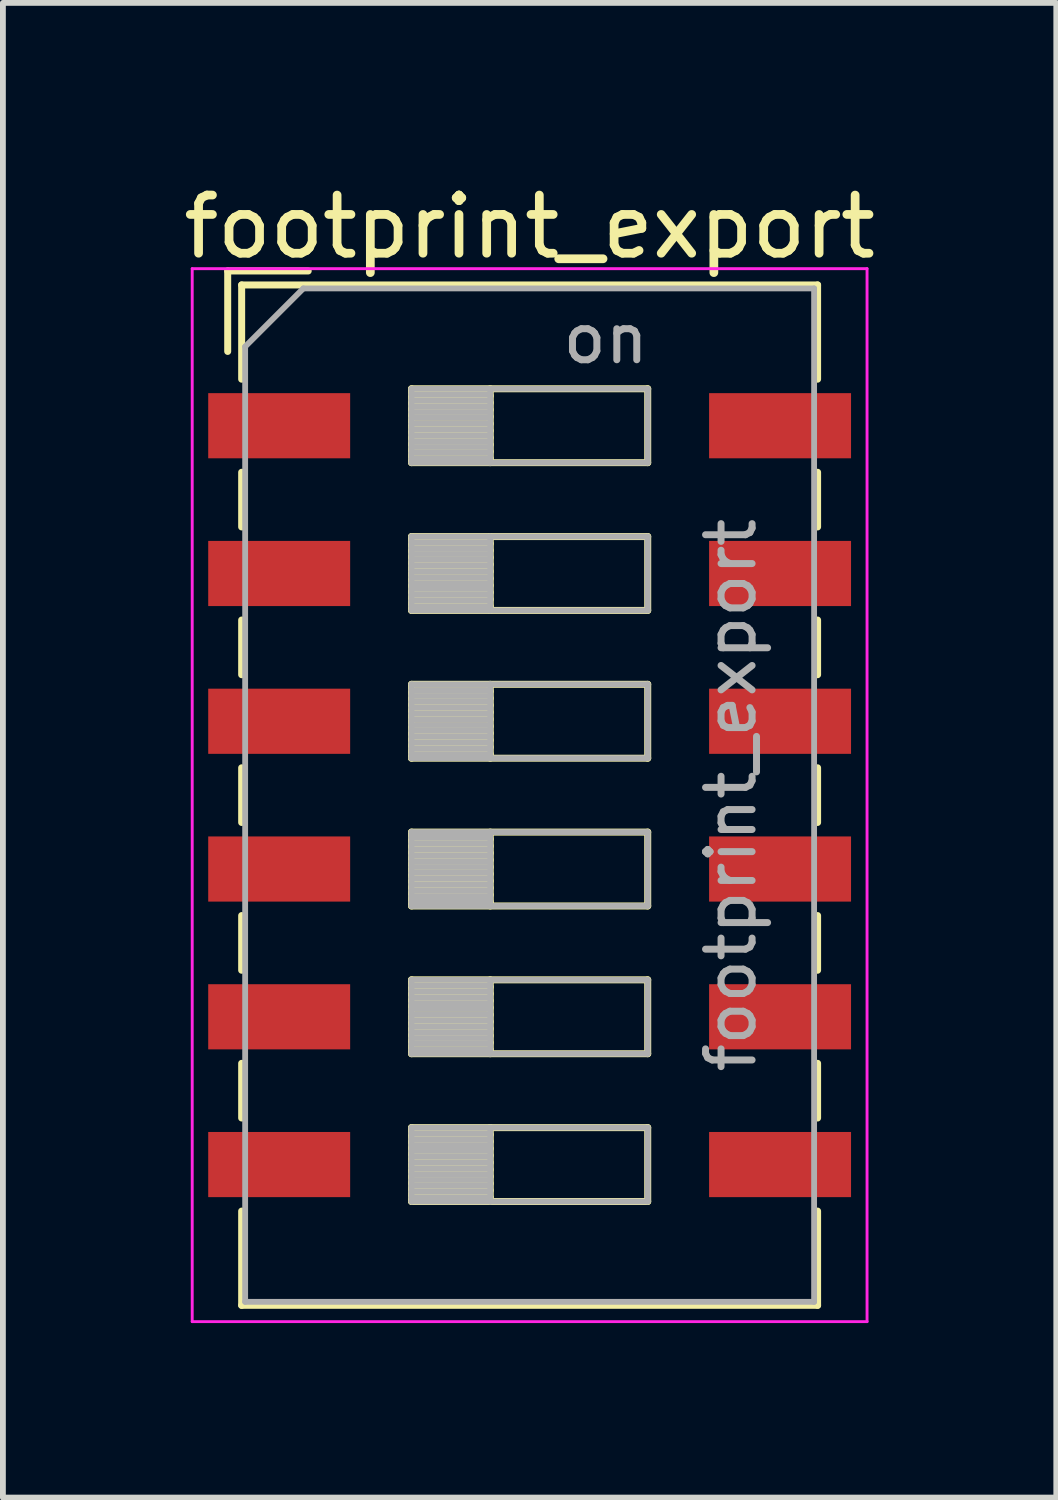
<source format=kicad_pcb>
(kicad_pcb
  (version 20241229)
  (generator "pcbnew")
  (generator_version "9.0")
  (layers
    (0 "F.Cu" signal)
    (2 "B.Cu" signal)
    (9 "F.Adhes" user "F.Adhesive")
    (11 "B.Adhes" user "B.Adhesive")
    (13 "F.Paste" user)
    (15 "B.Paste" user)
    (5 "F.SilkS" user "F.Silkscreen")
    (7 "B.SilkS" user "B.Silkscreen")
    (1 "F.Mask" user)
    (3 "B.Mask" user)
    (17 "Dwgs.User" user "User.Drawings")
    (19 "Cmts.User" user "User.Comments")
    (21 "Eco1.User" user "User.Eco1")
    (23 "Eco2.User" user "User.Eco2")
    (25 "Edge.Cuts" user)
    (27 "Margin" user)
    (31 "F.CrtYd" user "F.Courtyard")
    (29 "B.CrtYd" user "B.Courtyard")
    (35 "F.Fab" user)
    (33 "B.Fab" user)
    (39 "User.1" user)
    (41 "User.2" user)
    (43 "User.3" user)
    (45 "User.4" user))
  (footprint "footprint_export"
    (layer "F.Cu")
    (at 6.054 10.618)
    (property "Reference" "footprint_export" (at 0 -9.77 0) (layer "F.SilkS") (effects (font (size 1 1) (thickness 0.15))))
    (attr smd)
    (fp_line (start -5.19 -9.01) (end -5.19 -7.627) (stroke (width 0.12) (type solid)) (layer "F.SilkS"))
    (fp_line (start -5.19 -9.01) (end -3.806 -9.01) (stroke (width 0.12) (type solid)) (layer "F.SilkS"))
    (fp_line (start -4.95 -8.77) (end -4.95 -7.15) (stroke (width 0.12) (type solid)) (layer "F.SilkS"))
    (fp_line (start -4.95 -8.77) (end 4.95 -8.77) (stroke (width 0.12) (type solid)) (layer "F.SilkS"))
    (fp_line (start -4.95 -5.55) (end -4.95 -4.61) (stroke (width 0.12) (type solid)) (layer "F.SilkS"))
    (fp_line (start -4.95 -3.01) (end -4.95 -2.07) (stroke (width 0.12) (type solid)) (layer "F.SilkS"))
    (fp_line (start -4.95 -0.47) (end -4.95 0.47) (stroke (width 0.12) (type solid)) (layer "F.SilkS"))
    (fp_line (start -4.95 2.07) (end -4.95 3.01) (stroke (width 0.12) (type solid)) (layer "F.SilkS"))
    (fp_line (start -4.95 4.61) (end -4.95 5.55) (stroke (width 0.12) (type solid)) (layer "F.SilkS"))
    (fp_line (start -4.95 7.15) (end -4.95 8.77) (stroke (width 0.12) (type solid)) (layer "F.SilkS"))
    (fp_line (start -4.95 8.77) (end 4.95 8.77) (stroke (width 0.12) (type solid)) (layer "F.SilkS"))
    (fp_line (start -2.03 -6.985) (end -2.03 -5.715) (stroke (width 0.12) (type solid)) (layer "F.SilkS"))
    (fp_line (start -2.03 -6.865) (end -0.677 -6.865) (stroke (width 0.12) (type solid)) (layer "F.SilkS"))
    (fp_line (start -2.03 -6.745) (end -0.677 -6.745) (stroke (width 0.12) (type solid)) (layer "F.SilkS"))
    (fp_line (start -2.03 -6.625) (end -0.677 -6.625) (stroke (width 0.12) (type solid)) (layer "F.SilkS"))
    (fp_line (start -2.03 -6.505) (end -0.677 -6.505) (stroke (width 0.12) (type solid)) (layer "F.SilkS"))
    (fp_line (start -2.03 -6.385) (end -0.677 -6.385) (stroke (width 0.12) (type solid)) (layer "F.SilkS"))
    (fp_line (start -2.03 -6.265) (end -0.677 -6.265) (stroke (width 0.12) (type solid)) (layer "F.SilkS"))
    (fp_line (start -2.03 -6.145) (end -0.677 -6.145) (stroke (width 0.12) (type solid)) (layer "F.SilkS"))
    (fp_line (start -2.03 -6.025) (end -0.677 -6.025) (stroke (width 0.12) (type solid)) (layer "F.SilkS"))
    (fp_line (start -2.03 -5.905) (end -0.677 -5.905) (stroke (width 0.12) (type solid)) (layer "F.SilkS"))
    (fp_line (start -2.03 -5.785) (end -0.677 -5.785) (stroke (width 0.12) (type solid)) (layer "F.SilkS"))
    (fp_line (start -2.03 -5.715) (end 2.03 -5.715) (stroke (width 0.12) (type solid)) (layer "F.SilkS"))
    (fp_line (start -2.03 -4.445) (end -2.03 -3.175) (stroke (width 0.12) (type solid)) (layer "F.SilkS"))
    (fp_line (start -2.03 -4.325) (end -0.677 -4.325) (stroke (width 0.12) (type solid)) (layer "F.SilkS"))
    (fp_line (start -2.03 -4.205) (end -0.677 -4.205) (stroke (width 0.12) (type solid)) (layer "F.SilkS"))
    (fp_line (start -2.03 -4.085) (end -0.677 -4.085) (stroke (width 0.12) (type solid)) (layer "F.SilkS"))
    (fp_line (start -2.03 -3.965) (end -0.677 -3.965) (stroke (width 0.12) (type solid)) (layer "F.SilkS"))
    (fp_line (start -2.03 -3.845) (end -0.677 -3.845) (stroke (width 0.12) (type solid)) (layer "F.SilkS"))
    (fp_line (start -2.03 -3.725) (end -0.677 -3.725) (stroke (width 0.12) (type solid)) (layer "F.SilkS"))
    (fp_line (start -2.03 -3.605) (end -0.677 -3.605) (stroke (width 0.12) (type solid)) (layer "F.SilkS"))
    (fp_line (start -2.03 -3.485) (end -0.677 -3.485) (stroke (width 0.12) (type solid)) (layer "F.SilkS"))
    (fp_line (start -2.03 -3.365) (end -0.677 -3.365) (stroke (width 0.12) (type solid)) (layer "F.SilkS"))
    (fp_line (start -2.03 -3.245) (end -0.677 -3.245) (stroke (width 0.12) (type solid)) (layer "F.SilkS"))
    (fp_line (start -2.03 -3.175) (end 2.03 -3.175) (stroke (width 0.12) (type solid)) (layer "F.SilkS"))
    (fp_line (start -2.03 -1.905) (end -2.03 -0.635) (stroke (width 0.12) (type solid)) (layer "F.SilkS"))
    (fp_line (start -2.03 -1.785) (end -0.677 -1.785) (stroke (width 0.12) (type solid)) (layer "F.SilkS"))
    (fp_line (start -2.03 -1.665) (end -0.677 -1.665) (stroke (width 0.12) (type solid)) (layer "F.SilkS"))
    (fp_line (start -2.03 -1.545) (end -0.677 -1.545) (stroke (width 0.12) (type solid)) (layer "F.SilkS"))
    (fp_line (start -2.03 -1.425) (end -0.677 -1.425) (stroke (width 0.12) (type solid)) (layer "F.SilkS"))
    (fp_line (start -2.03 -1.305) (end -0.677 -1.305) (stroke (width 0.12) (type solid)) (layer "F.SilkS"))
    (fp_line (start -2.03 -1.185) (end -0.677 -1.185) (stroke (width 0.12) (type solid)) (layer "F.SilkS"))
    (fp_line (start -2.03 -1.065) (end -0.677 -1.065) (stroke (width 0.12) (type solid)) (layer "F.SilkS"))
    (fp_line (start -2.03 -0.945) (end -0.677 -0.945) (stroke (width 0.12) (type solid)) (layer "F.SilkS"))
    (fp_line (start -2.03 -0.825) (end -0.677 -0.825) (stroke (width 0.12) (type solid)) (layer "F.SilkS"))
    (fp_line (start -2.03 -0.705) (end -0.677 -0.705) (stroke (width 0.12) (type solid)) (layer "F.SilkS"))
    (fp_line (start -2.03 -0.635) (end 2.03 -0.635) (stroke (width 0.12) (type solid)) (layer "F.SilkS"))
    (fp_line (start -2.03 0.635) (end -2.03 1.905) (stroke (width 0.12) (type solid)) (layer "F.SilkS"))
    (fp_line (start -2.03 0.755) (end -0.677 0.755) (stroke (width 0.12) (type solid)) (layer "F.SilkS"))
    (fp_line (start -2.03 0.875) (end -0.677 0.875) (stroke (width 0.12) (type solid)) (layer "F.SilkS"))
    (fp_line (start -2.03 0.995) (end -0.677 0.995) (stroke (width 0.12) (type solid)) (layer "F.SilkS"))
    (fp_line (start -2.03 1.115) (end -0.677 1.115) (stroke (width 0.12) (type solid)) (layer "F.SilkS"))
    (fp_line (start -2.03 1.235) (end -0.677 1.235) (stroke (width 0.12) (type solid)) (layer "F.SilkS"))
    (fp_line (start -2.03 1.355) (end -0.677 1.355) (stroke (width 0.12) (type solid)) (layer "F.SilkS"))
    (fp_line (start -2.03 1.475) (end -0.677 1.475) (stroke (width 0.12) (type solid)) (layer "F.SilkS"))
    (fp_line (start -2.03 1.595) (end -0.677 1.595) (stroke (width 0.12) (type solid)) (layer "F.SilkS"))
    (fp_line (start -2.03 1.715) (end -0.677 1.715) (stroke (width 0.12) (type solid)) (layer "F.SilkS"))
    (fp_line (start -2.03 1.835) (end -0.677 1.835) (stroke (width 0.12) (type solid)) (layer "F.SilkS"))
    (fp_line (start -2.03 1.905) (end 2.03 1.905) (stroke (width 0.12) (type solid)) (layer "F.SilkS"))
    (fp_line (start -2.03 3.175) (end -2.03 4.445) (stroke (width 0.12) (type solid)) (layer "F.SilkS"))
    (fp_line (start -2.03 3.295) (end -0.677 3.295) (stroke (width 0.12) (type solid)) (layer "F.SilkS"))
    (fp_line (start -2.03 3.415) (end -0.677 3.415) (stroke (width 0.12) (type solid)) (layer "F.SilkS"))
    (fp_line (start -2.03 3.535) (end -0.677 3.535) (stroke (width 0.12) (type solid)) (layer "F.SilkS"))
    (fp_line (start -2.03 3.655) (end -0.677 3.655) (stroke (width 0.12) (type solid)) (layer "F.SilkS"))
    (fp_line (start -2.03 3.775) (end -0.677 3.775) (stroke (width 0.12) (type solid)) (layer "F.SilkS"))
    (fp_line (start -2.03 3.895) (end -0.677 3.895) (stroke (width 0.12) (type solid)) (layer "F.SilkS"))
    (fp_line (start -2.03 4.015) (end -0.677 4.015) (stroke (width 0.12) (type solid)) (layer "F.SilkS"))
    (fp_line (start -2.03 4.135) (end -0.677 4.135) (stroke (width 0.12) (type solid)) (layer "F.SilkS"))
    (fp_line (start -2.03 4.255) (end -0.677 4.255) (stroke (width 0.12) (type solid)) (layer "F.SilkS"))
    (fp_line (start -2.03 4.375) (end -0.677 4.375) (stroke (width 0.12) (type solid)) (layer "F.SilkS"))
    (fp_line (start -2.03 4.445) (end 2.03 4.445) (stroke (width 0.12) (type solid)) (layer "F.SilkS"))
    (fp_line (start -2.03 5.715) (end -2.03 6.985) (stroke (width 0.12) (type solid)) (layer "F.SilkS"))
    (fp_line (start -2.03 5.835) (end -0.677 5.835) (stroke (width 0.12) (type solid)) (layer "F.SilkS"))
    (fp_line (start -2.03 5.955) (end -0.677 5.955) (stroke (width 0.12) (type solid)) (layer "F.SilkS"))
    (fp_line (start -2.03 6.075) (end -0.677 6.075) (stroke (width 0.12) (type solid)) (layer "F.SilkS"))
    (fp_line (start -2.03 6.195) (end -0.677 6.195) (stroke (width 0.12) (type solid)) (layer "F.SilkS"))
    (fp_line (start -2.03 6.315) (end -0.677 6.315) (stroke (width 0.12) (type solid)) (layer "F.SilkS"))
    (fp_line (start -2.03 6.435) (end -0.677 6.435) (stroke (width 0.12) (type solid)) (layer "F.SilkS"))
    (fp_line (start -2.03 6.555) (end -0.677 6.555) (stroke (width 0.12) (type solid)) (layer "F.SilkS"))
    (fp_line (start -2.03 6.675) (end -0.677 6.675) (stroke (width 0.12) (type solid)) (layer "F.SilkS"))
    (fp_line (start -2.03 6.795) (end -0.677 6.795) (stroke (width 0.12) (type solid)) (layer "F.SilkS"))
    (fp_line (start -2.03 6.915) (end -0.677 6.915) (stroke (width 0.12) (type solid)) (layer "F.SilkS"))
    (fp_line (start -2.03 6.985) (end 2.03 6.985) (stroke (width 0.12) (type solid)) (layer "F.SilkS"))
    (fp_line (start -0.677 -6.985) (end -0.677 -5.715) (stroke (width 0.12) (type solid)) (layer "F.SilkS"))
    (fp_line (start -0.677 -4.445) (end -0.677 -3.175) (stroke (width 0.12) (type solid)) (layer "F.SilkS"))
    (fp_line (start -0.677 -1.905) (end -0.677 -0.635) (stroke (width 0.12) (type solid)) (layer "F.SilkS"))
    (fp_line (start -0.677 0.635) (end -0.677 1.905) (stroke (width 0.12) (type solid)) (layer "F.SilkS"))
    (fp_line (start -0.677 3.175) (end -0.677 4.445) (stroke (width 0.12) (type solid)) (layer "F.SilkS"))
    (fp_line (start -0.677 5.715) (end -0.677 6.985) (stroke (width 0.12) (type solid)) (layer "F.SilkS"))
    (fp_line (start 2.03 -6.985) (end -2.03 -6.985) (stroke (width 0.12) (type solid)) (layer "F.SilkS"))
    (fp_line (start 2.03 -5.715) (end 2.03 -6.985) (stroke (width 0.12) (type solid)) (layer "F.SilkS"))
    (fp_line (start 2.03 -4.445) (end -2.03 -4.445) (stroke (width 0.12) (type solid)) (layer "F.SilkS"))
    (fp_line (start 2.03 -3.175) (end 2.03 -4.445) (stroke (width 0.12) (type solid)) (layer "F.SilkS"))
    (fp_line (start 2.03 -1.905) (end -2.03 -1.905) (stroke (width 0.12) (type solid)) (layer "F.SilkS"))
    (fp_line (start 2.03 -0.635) (end 2.03 -1.905) (stroke (width 0.12) (type solid)) (layer "F.SilkS"))
    (fp_line (start 2.03 0.635) (end -2.03 0.635) (stroke (width 0.12) (type solid)) (layer "F.SilkS"))
    (fp_line (start 2.03 1.905) (end 2.03 0.635) (stroke (width 0.12) (type solid)) (layer "F.SilkS"))
    (fp_line (start 2.03 3.175) (end -2.03 3.175) (stroke (width 0.12) (type solid)) (layer "F.SilkS"))
    (fp_line (start 2.03 4.445) (end 2.03 3.175) (stroke (width 0.12) (type solid)) (layer "F.SilkS"))
    (fp_line (start 2.03 5.715) (end -2.03 5.715) (stroke (width 0.12) (type solid)) (layer "F.SilkS"))
    (fp_line (start 2.03 6.985) (end 2.03 5.715) (stroke (width 0.12) (type solid)) (layer "F.SilkS"))
    (fp_line (start 4.95 -8.77) (end 4.95 -7.15) (stroke (width 0.12) (type solid)) (layer "F.SilkS"))
    (fp_line (start 4.95 -5.55) (end 4.95 -4.61) (stroke (width 0.12) (type solid)) (layer "F.SilkS"))
    (fp_line (start 4.95 -3.01) (end 4.95 -2.07) (stroke (width 0.12) (type solid)) (layer "F.SilkS"))
    (fp_line (start 4.95 -0.47) (end 4.95 0.47) (stroke (width 0.12) (type solid)) (layer "F.SilkS"))
    (fp_line (start 4.95 2.07) (end 4.95 3.01) (stroke (width 0.12) (type solid)) (layer "F.SilkS"))
    (fp_line (start 4.95 4.61) (end 4.95 5.55) (stroke (width 0.12) (type solid)) (layer "F.SilkS"))
    (fp_line (start 4.95 7.15) (end 4.95 8.77) (stroke (width 0.12) (type solid)) (layer "F.SilkS"))
    (fp_line (start -5.8 -9.05) (end -5.8 9.05) (stroke (width 0.05) (type solid)) (layer "F.CrtYd"))
    (fp_line (start -5.8 9.05) (end 5.8 9.05) (stroke (width 0.05) (type solid)) (layer "F.CrtYd"))
    (fp_line (start 5.8 -9.05) (end -5.8 -9.05) (stroke (width 0.05) (type solid)) (layer "F.CrtYd"))
    (fp_line (start 5.8 9.05) (end 5.8 -9.05) (stroke (width 0.05) (type solid)) (layer "F.CrtYd"))
    (fp_line (start -4.89 -7.71) (end -3.89 -8.71) (stroke (width 0.1) (type solid)) (layer "F.Fab"))
    (fp_line (start -4.89 8.71) (end -4.89 -7.71) (stroke (width 0.1) (type solid)) (layer "F.Fab"))
    (fp_line (start -3.89 -8.71) (end 4.89 -8.71) (stroke (width 0.1) (type solid)) (layer "F.Fab"))
    (fp_line (start -2.03 -6.985) (end -2.03 -5.715) (stroke (width 0.1) (type solid)) (layer "F.Fab"))
    (fp_line (start -2.03 -6.885) (end -0.677 -6.885) (stroke (width 0.1) (type solid)) (layer "F.Fab"))
    (fp_line (start -2.03 -6.785) (end -0.677 -6.785) (stroke (width 0.1) (type solid)) (layer "F.Fab"))
    (fp_line (start -2.03 -6.685) (end -0.677 -6.685) (stroke (width 0.1) (type solid)) (layer "F.Fab"))
    (fp_line (start -2.03 -6.585) (end -0.677 -6.585) (stroke (width 0.1) (type solid)) (layer "F.Fab"))
    (fp_line (start -2.03 -6.485) (end -0.677 -6.485) (stroke (width 0.1) (type solid)) (layer "F.Fab"))
    (fp_line (start -2.03 -6.385) (end -0.677 -6.385) (stroke (width 0.1) (type solid)) (layer "F.Fab"))
    (fp_line (start -2.03 -6.285) (end -0.677 -6.285) (stroke (width 0.1) (type solid)) (layer "F.Fab"))
    (fp_line (start -2.03 -6.185) (end -0.677 -6.185) (stroke (width 0.1) (type solid)) (layer "F.Fab"))
    (fp_line (start -2.03 -6.085) (end -0.677 -6.085) (stroke (width 0.1) (type solid)) (layer "F.Fab"))
    (fp_line (start -2.03 -5.985) (end -0.677 -5.985) (stroke (width 0.1) (type solid)) (layer "F.Fab"))
    (fp_line (start -2.03 -5.885) (end -0.677 -5.885) (stroke (width 0.1) (type solid)) (layer "F.Fab"))
    (fp_line (start -2.03 -5.785) (end -0.677 -5.785) (stroke (width 0.1) (type solid)) (layer "F.Fab"))
    (fp_line (start -2.03 -5.715) (end 2.03 -5.715) (stroke (width 0.1) (type solid)) (layer "F.Fab"))
    (fp_line (start -2.03 -4.445) (end -2.03 -3.175) (stroke (width 0.1) (type solid)) (layer "F.Fab"))
    (fp_line (start -2.03 -4.345) (end -0.677 -4.345) (stroke (width 0.1) (type solid)) (layer "F.Fab"))
    (fp_line (start -2.03 -4.245) (end -0.677 -4.245) (stroke (width 0.1) (type solid)) (layer "F.Fab"))
    (fp_line (start -2.03 -4.145) (end -0.677 -4.145) (stroke (width 0.1) (type solid)) (layer "F.Fab"))
    (fp_line (start -2.03 -4.045) (end -0.677 -4.045) (stroke (width 0.1) (type solid)) (layer "F.Fab"))
    (fp_line (start -2.03 -3.945) (end -0.677 -3.945) (stroke (width 0.1) (type solid)) (layer "F.Fab"))
    (fp_line (start -2.03 -3.845) (end -0.677 -3.845) (stroke (width 0.1) (type solid)) (layer "F.Fab"))
    (fp_line (start -2.03 -3.745) (end -0.677 -3.745) (stroke (width 0.1) (type solid)) (layer "F.Fab"))
    (fp_line (start -2.03 -3.645) (end -0.677 -3.645) (stroke (width 0.1) (type solid)) (layer "F.Fab"))
    (fp_line (start -2.03 -3.545) (end -0.677 -3.545) (stroke (width 0.1) (type solid)) (layer "F.Fab"))
    (fp_line (start -2.03 -3.445) (end -0.677 -3.445) (stroke (width 0.1) (type solid)) (layer "F.Fab"))
    (fp_line (start -2.03 -3.345) (end -0.677 -3.345) (stroke (width 0.1) (type solid)) (layer "F.Fab"))
    (fp_line (start -2.03 -3.245) (end -0.677 -3.245) (stroke (width 0.1) (type solid)) (layer "F.Fab"))
    (fp_line (start -2.03 -3.175) (end 2.03 -3.175) (stroke (width 0.1) (type solid)) (layer "F.Fab"))
    (fp_line (start -2.03 -1.905) (end -2.03 -0.635) (stroke (width 0.1) (type solid)) (layer "F.Fab"))
    (fp_line (start -2.03 -1.805) (end -0.677 -1.805) (stroke (width 0.1) (type solid)) (layer "F.Fab"))
    (fp_line (start -2.03 -1.705) (end -0.677 -1.705) (stroke (width 0.1) (type solid)) (layer "F.Fab"))
    (fp_line (start -2.03 -1.605) (end -0.677 -1.605) (stroke (width 0.1) (type solid)) (layer "F.Fab"))
    (fp_line (start -2.03 -1.505) (end -0.677 -1.505) (stroke (width 0.1) (type solid)) (layer "F.Fab"))
    (fp_line (start -2.03 -1.405) (end -0.677 -1.405) (stroke (width 0.1) (type solid)) (layer "F.Fab"))
    (fp_line (start -2.03 -1.305) (end -0.677 -1.305) (stroke (width 0.1) (type solid)) (layer "F.Fab"))
    (fp_line (start -2.03 -1.205) (end -0.677 -1.205) (stroke (width 0.1) (type solid)) (layer "F.Fab"))
    (fp_line (start -2.03 -1.105) (end -0.677 -1.105) (stroke (width 0.1) (type solid)) (layer "F.Fab"))
    (fp_line (start -2.03 -1.005) (end -0.677 -1.005) (stroke (width 0.1) (type solid)) (layer "F.Fab"))
    (fp_line (start -2.03 -0.905) (end -0.677 -0.905) (stroke (width 0.1) (type solid)) (layer "F.Fab"))
    (fp_line (start -2.03 -0.805) (end -0.677 -0.805) (stroke (width 0.1) (type solid)) (layer "F.Fab"))
    (fp_line (start -2.03 -0.705) (end -0.677 -0.705) (stroke (width 0.1) (type solid)) (layer "F.Fab"))
    (fp_line (start -2.03 -0.635) (end 2.03 -0.635) (stroke (width 0.1) (type solid)) (layer "F.Fab"))
    (fp_line (start -2.03 0.635) (end -2.03 1.905) (stroke (width 0.1) (type solid)) (layer "F.Fab"))
    (fp_line (start -2.03 0.735) (end -0.677 0.735) (stroke (width 0.1) (type solid)) (layer "F.Fab"))
    (fp_line (start -2.03 0.835) (end -0.677 0.835) (stroke (width 0.1) (type solid)) (layer "F.Fab"))
    (fp_line (start -2.03 0.935) (end -0.677 0.935) (stroke (width 0.1) (type solid)) (layer "F.Fab"))
    (fp_line (start -2.03 1.035) (end -0.677 1.035) (stroke (width 0.1) (type solid)) (layer "F.Fab"))
    (fp_line (start -2.03 1.135) (end -0.677 1.135) (stroke (width 0.1) (type solid)) (layer "F.Fab"))
    (fp_line (start -2.03 1.235) (end -0.677 1.235) (stroke (width 0.1) (type solid)) (layer "F.Fab"))
    (fp_line (start -2.03 1.335) (end -0.677 1.335) (stroke (width 0.1) (type solid)) (layer "F.Fab"))
    (fp_line (start -2.03 1.435) (end -0.677 1.435) (stroke (width 0.1) (type solid)) (layer "F.Fab"))
    (fp_line (start -2.03 1.535) (end -0.677 1.535) (stroke (width 0.1) (type solid)) (layer "F.Fab"))
    (fp_line (start -2.03 1.635) (end -0.677 1.635) (stroke (width 0.1) (type solid)) (layer "F.Fab"))
    (fp_line (start -2.03 1.735) (end -0.677 1.735) (stroke (width 0.1) (type solid)) (layer "F.Fab"))
    (fp_line (start -2.03 1.835) (end -0.677 1.835) (stroke (width 0.1) (type solid)) (layer "F.Fab"))
    (fp_line (start -2.03 1.905) (end 2.03 1.905) (stroke (width 0.1) (type solid)) (layer "F.Fab"))
    (fp_line (start -2.03 3.175) (end -2.03 4.445) (stroke (width 0.1) (type solid)) (layer "F.Fab"))
    (fp_line (start -2.03 3.275) (end -0.677 3.275) (stroke (width 0.1) (type solid)) (layer "F.Fab"))
    (fp_line (start -2.03 3.375) (end -0.677 3.375) (stroke (width 0.1) (type solid)) (layer "F.Fab"))
    (fp_line (start -2.03 3.475) (end -0.677 3.475) (stroke (width 0.1) (type solid)) (layer "F.Fab"))
    (fp_line (start -2.03 3.575) (end -0.677 3.575) (stroke (width 0.1) (type solid)) (layer "F.Fab"))
    (fp_line (start -2.03 3.675) (end -0.677 3.675) (stroke (width 0.1) (type solid)) (layer "F.Fab"))
    (fp_line (start -2.03 3.775) (end -0.677 3.775) (stroke (width 0.1) (type solid)) (layer "F.Fab"))
    (fp_line (start -2.03 3.875) (end -0.677 3.875) (stroke (width 0.1) (type solid)) (layer "F.Fab"))
    (fp_line (start -2.03 3.975) (end -0.677 3.975) (stroke (width 0.1) (type solid)) (layer "F.Fab"))
    (fp_line (start -2.03 4.075) (end -0.677 4.075) (stroke (width 0.1) (type solid)) (layer "F.Fab"))
    (fp_line (start -2.03 4.175) (end -0.677 4.175) (stroke (width 0.1) (type solid)) (layer "F.Fab"))
    (fp_line (start -2.03 4.275) (end -0.677 4.275) (stroke (width 0.1) (type solid)) (layer "F.Fab"))
    (fp_line (start -2.03 4.375) (end -0.677 4.375) (stroke (width 0.1) (type solid)) (layer "F.Fab"))
    (fp_line (start -2.03 4.445) (end 2.03 4.445) (stroke (width 0.1) (type solid)) (layer "F.Fab"))
    (fp_line (start -2.03 5.715) (end -2.03 6.985) (stroke (width 0.1) (type solid)) (layer "F.Fab"))
    (fp_line (start -2.03 5.815) (end -0.677 5.815) (stroke (width 0.1) (type solid)) (layer "F.Fab"))
    (fp_line (start -2.03 5.915) (end -0.677 5.915) (stroke (width 0.1) (type solid)) (layer "F.Fab"))
    (fp_line (start -2.03 6.015) (end -0.677 6.015) (stroke (width 0.1) (type solid)) (layer "F.Fab"))
    (fp_line (start -2.03 6.115) (end -0.677 6.115) (stroke (width 0.1) (type solid)) (layer "F.Fab"))
    (fp_line (start -2.03 6.215) (end -0.677 6.215) (stroke (width 0.1) (type solid)) (layer "F.Fab"))
    (fp_line (start -2.03 6.315) (end -0.677 6.315) (stroke (width 0.1) (type solid)) (layer "F.Fab"))
    (fp_line (start -2.03 6.415) (end -0.677 6.415) (stroke (width 0.1) (type solid)) (layer "F.Fab"))
    (fp_line (start -2.03 6.515) (end -0.677 6.515) (stroke (width 0.1) (type solid)) (layer "F.Fab"))
    (fp_line (start -2.03 6.615) (end -0.677 6.615) (stroke (width 0.1) (type solid)) (layer "F.Fab"))
    (fp_line (start -2.03 6.715) (end -0.677 6.715) (stroke (width 0.1) (type solid)) (layer "F.Fab"))
    (fp_line (start -2.03 6.815) (end -0.677 6.815) (stroke (width 0.1) (type solid)) (layer "F.Fab"))
    (fp_line (start -2.03 6.915) (end -0.677 6.915) (stroke (width 0.1) (type solid)) (layer "F.Fab"))
    (fp_line (start -2.03 6.985) (end 2.03 6.985) (stroke (width 0.1) (type solid)) (layer "F.Fab"))
    (fp_line (start -0.677 -6.985) (end -0.677 -5.715) (stroke (width 0.1) (type solid)) (layer "F.Fab"))
    (fp_line (start -0.677 -4.445) (end -0.677 -3.175) (stroke (width 0.1) (type solid)) (layer "F.Fab"))
    (fp_line (start -0.677 -1.905) (end -0.677 -0.635) (stroke (width 0.1) (type solid)) (layer "F.Fab"))
    (fp_line (start -0.677 0.635) (end -0.677 1.905) (stroke (width 0.1) (type solid)) (layer "F.Fab"))
    (fp_line (start -0.677 3.175) (end -0.677 4.445) (stroke (width 0.1) (type solid)) (layer "F.Fab"))
    (fp_line (start -0.677 5.715) (end -0.677 6.985) (stroke (width 0.1) (type solid)) (layer "F.Fab"))
    (fp_line (start 2.03 -6.985) (end -2.03 -6.985) (stroke (width 0.1) (type solid)) (layer "F.Fab"))
    (fp_line (start 2.03 -5.715) (end 2.03 -6.985) (stroke (width 0.1) (type solid)) (layer "F.Fab"))
    (fp_line (start 2.03 -4.445) (end -2.03 -4.445) (stroke (width 0.1) (type solid)) (layer "F.Fab"))
    (fp_line (start 2.03 -3.175) (end 2.03 -4.445) (stroke (width 0.1) (type solid)) (layer "F.Fab"))
    (fp_line (start 2.03 -1.905) (end -2.03 -1.905) (stroke (width 0.1) (type solid)) (layer "F.Fab"))
    (fp_line (start 2.03 -0.635) (end 2.03 -1.905) (stroke (width 0.1) (type solid)) (layer "F.Fab"))
    (fp_line (start 2.03 0.635) (end -2.03 0.635) (stroke (width 0.1) (type solid)) (layer "F.Fab"))
    (fp_line (start 2.03 1.905) (end 2.03 0.635) (stroke (width 0.1) (type solid)) (layer "F.Fab"))
    (fp_line (start 2.03 3.175) (end -2.03 3.175) (stroke (width 0.1) (type solid)) (layer "F.Fab"))
    (fp_line (start 2.03 4.445) (end 2.03 3.175) (stroke (width 0.1) (type solid)) (layer "F.Fab"))
    (fp_line (start 2.03 5.715) (end -2.03 5.715) (stroke (width 0.1) (type solid)) (layer "F.Fab"))
    (fp_line (start 2.03 6.985) (end 2.03 5.715) (stroke (width 0.1) (type solid)) (layer "F.Fab"))
    (fp_line (start 4.89 -8.71) (end 4.89 8.71) (stroke (width 0.1) (type solid)) (layer "F.Fab"))
    (fp_line (start 4.89 8.71) (end -4.89 8.71) (stroke (width 0.1) (type solid)) (layer "F.Fab"))
    (fp_text user "on" (at 1.308 -7.848 0) (layer "F.Fab") (effects (font (size 0.8 0.8) (thickness 0.12))))
    (fp_text user "${REFERENCE}" (at 3.46 0 90) (layer "F.Fab") (effects (font (size 0.8 0.8) (thickness 0.12))))
    (pad "1" smd rect (at -4.305 -6.35) (size 2.44 1.12) (layers "F.Cu" "F.Mask" "F.Paste"))
    (pad "2" smd rect (at -4.305 -3.81) (size 2.44 1.12) (layers "F.Cu" "F.Mask" "F.Paste"))
    (pad "3" smd rect (at -4.305 -1.27) (size 2.44 1.12) (layers "F.Cu" "F.Mask" "F.Paste"))
    (pad "4" smd rect (at -4.305 1.27) (size 2.44 1.12) (layers "F.Cu" "F.Mask" "F.Paste"))
    (pad "5" smd rect (at -4.305 3.81) (size 2.44 1.12) (layers "F.Cu" "F.Mask" "F.Paste"))
    (pad "6" smd rect (at -4.305 6.35) (size 2.44 1.12) (layers "F.Cu" "F.Mask" "F.Paste"))
    (pad "7" smd rect (at 4.305 6.35) (size 2.44 1.12) (layers "F.Cu" "F.Mask" "F.Paste"))
    (pad "8" smd rect (at 4.305 3.81) (size 2.44 1.12) (layers "F.Cu" "F.Mask" "F.Paste"))
    (pad "9" smd rect (at 4.305 1.27) (size 2.44 1.12) (layers "F.Cu" "F.Mask" "F.Paste"))
    (pad "10" smd rect (at 4.305 -1.27) (size 2.44 1.12) (layers "F.Cu" "F.Mask" "F.Paste"))
    (pad "11" smd rect (at 4.305 -3.81) (size 2.44 1.12) (layers "F.Cu" "F.Mask" "F.Paste"))
    (pad "12" smd rect (at 4.305 -6.35) (size 2.44 1.12) (layers "F.Cu" "F.Mask" "F.Paste")))
  (gr_rect
    (start -3 -3)
    (end 15.107 22.693)
    (stroke (width 0.1) (type default))
    (fill no)
    (layer "Edge.Cuts")))
</source>
